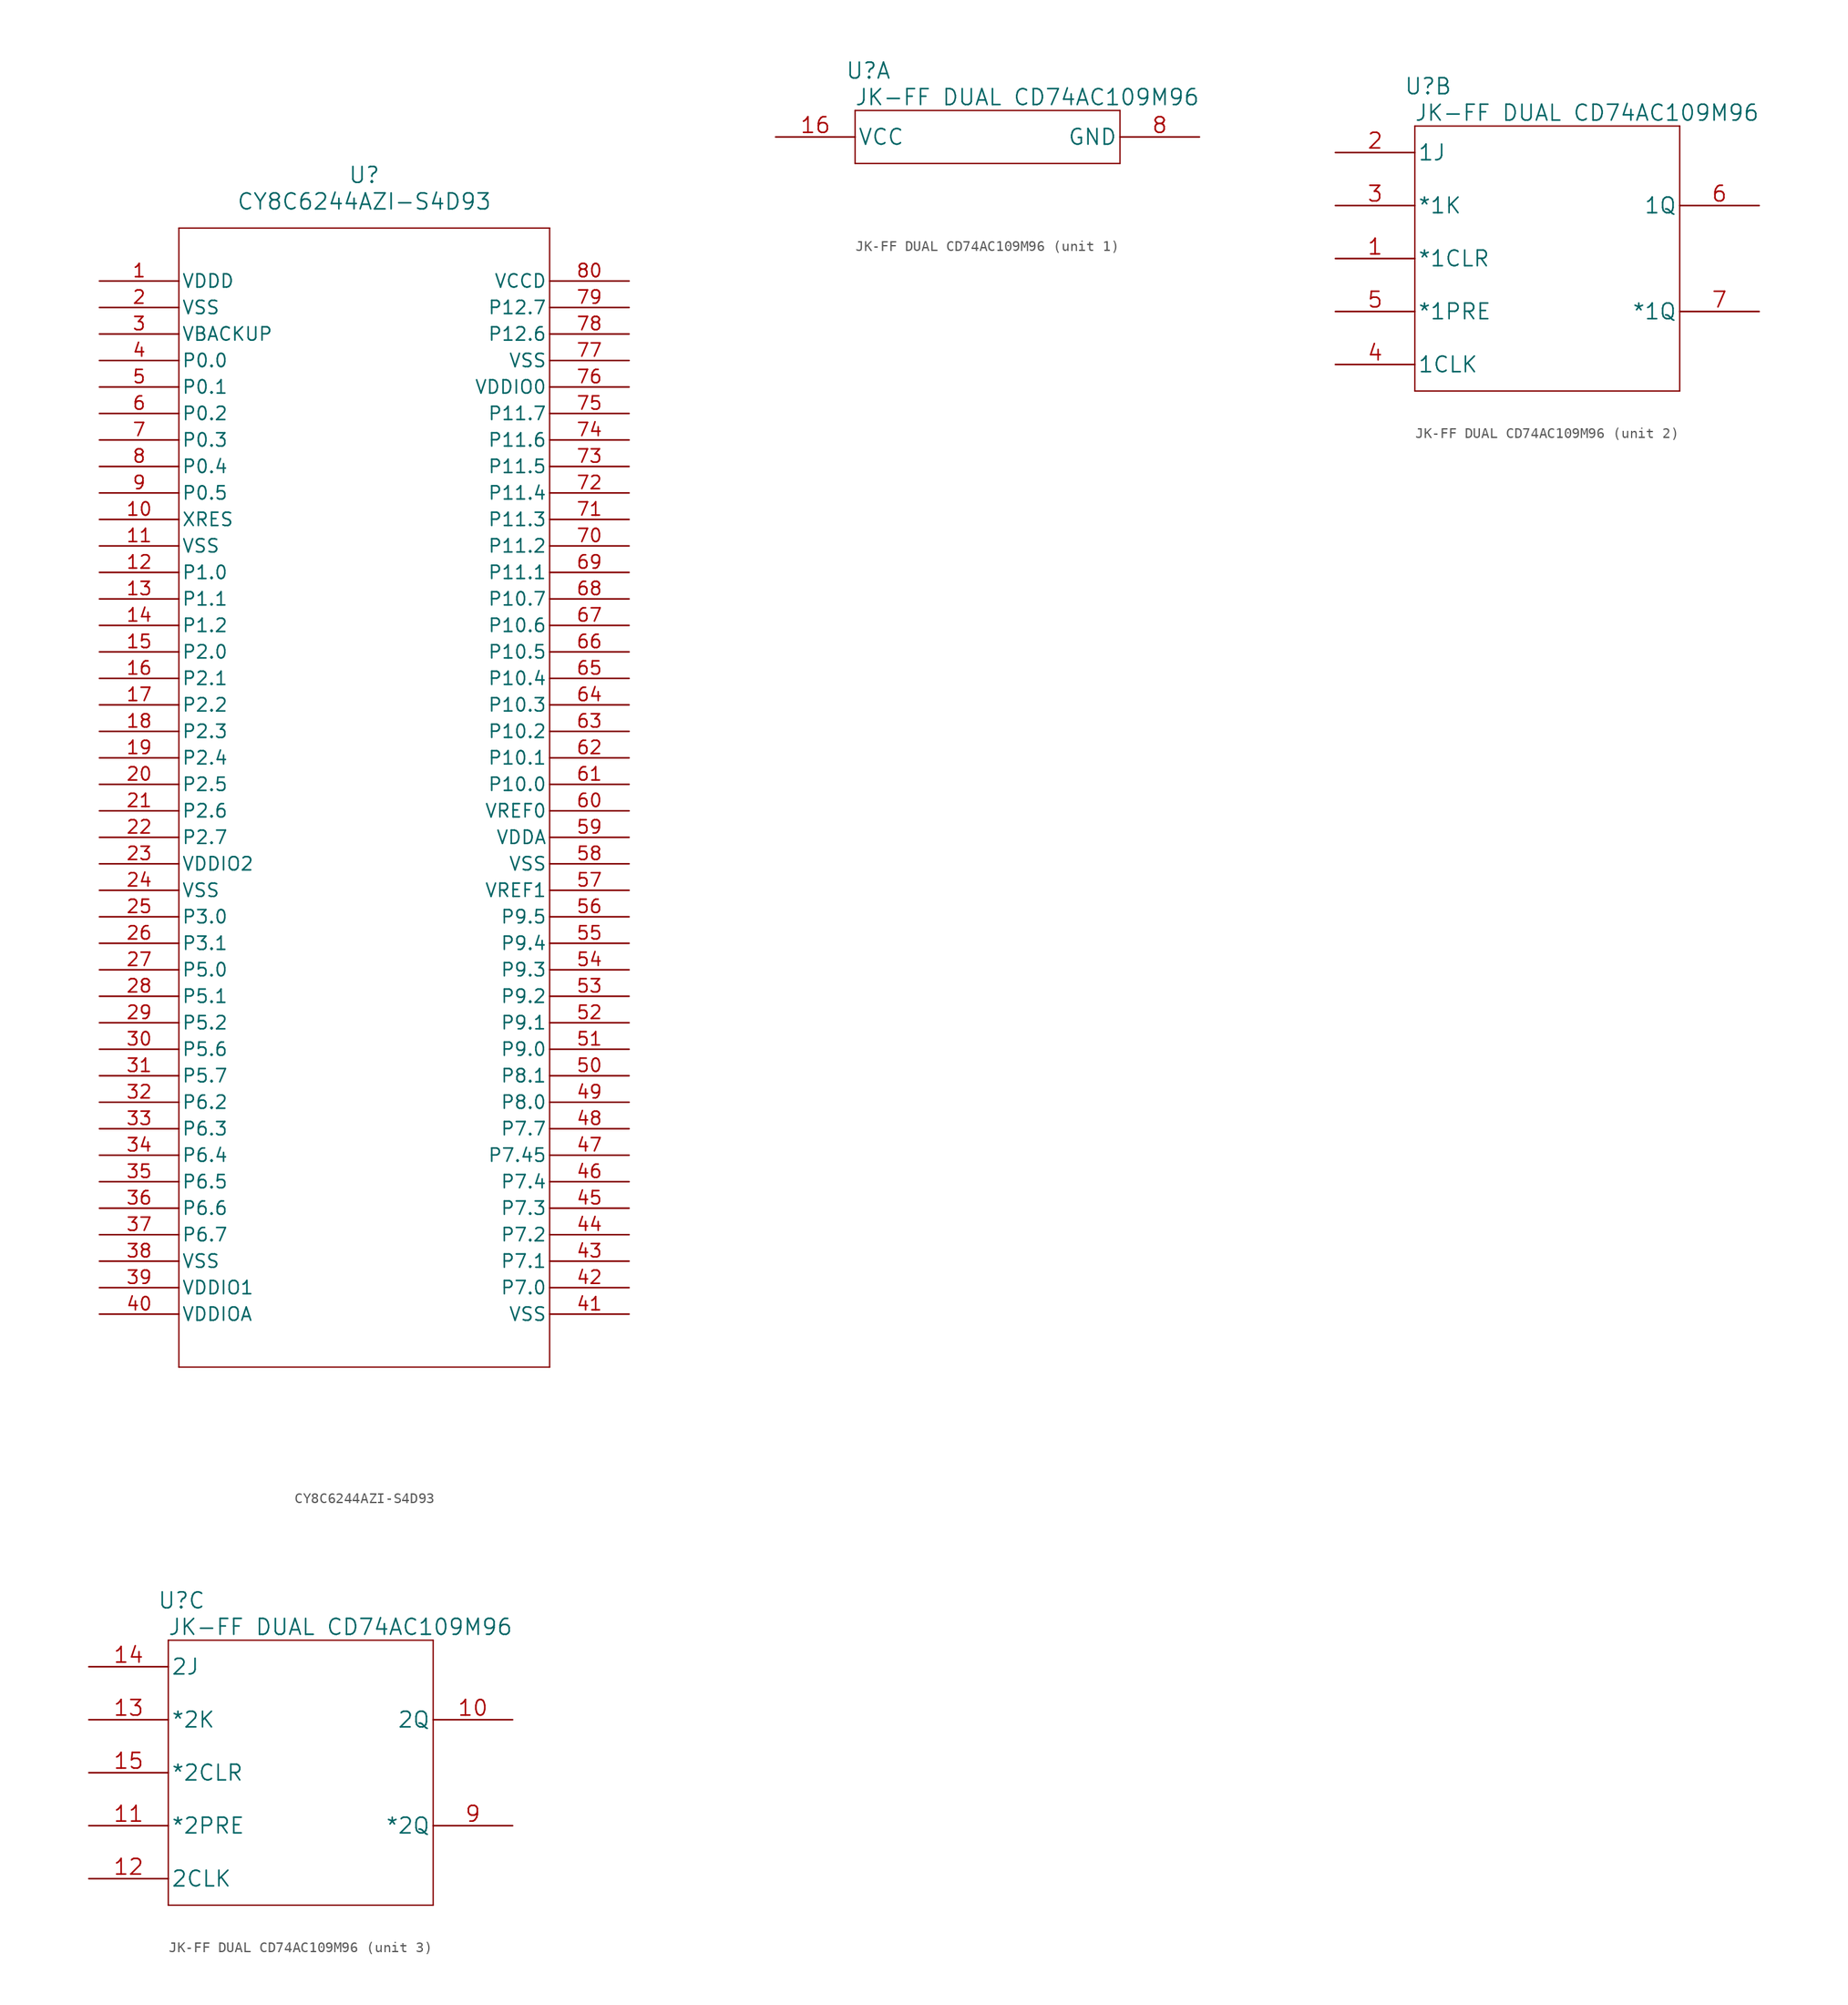
<source format=kicad_sym>
(kicad_symbol_lib
  (version 20220914)
  (generator kicad_symbol_editor)
  (symbol "CY8C6244AZI-S4D93"
    (pin_names
      (offset 0.254))
    (property "Reference" "U"
      (at 25.4 10.16 0)
      (effects (font (size 1.524 1.524))))
    (property "Value" "CY8C6244AZI-S4D93"
      (at 25.4 7.62 0)
      (effects (font (size 1.524 1.524))))
    (symbol "CY8C6244AZI-S4D93_0_1"
      (polyline (pts (xy 7.62 -104.14) (xy 43.18 -104.14)) (stroke (width 0.127) (type default)) (fill (type none)))
      (polyline (pts (xy 7.62 5.08) (xy 7.62 -104.14)) (stroke (width 0.127) (type default)) (fill (type none)))
      (polyline (pts (xy 43.18 -104.14) (xy 43.18 5.08)) (stroke (width 0.127) (type default)) (fill (type none)))
      (polyline (pts (xy 43.18 5.08) (xy 7.62 5.08)) (stroke (width 0.127) (type default)) (fill (type none)))
      (pin power_in line (at 0 0 0) (length 7.62) (name "VDDD" (effects (font (size 1.27 1.27)))) (number "1" (effects (font (size 1.27 1.27)))))
      (pin unspecified line (at 0 -22.86 0) (length 7.62) (name "XRES" (effects (font (size 1.27 1.27)))) (number "10" (effects (font (size 1.27 1.27)))))
      (pin power_out line (at 0 -25.4 0) (length 7.62) (name "VSS" (effects (font (size 1.27 1.27)))) (number "11" (effects (font (size 1.27 1.27)))))
      (pin bidirectional line (at 0 -27.94 0) (length 7.62) (name "P1.0" (effects (font (size 1.27 1.27)))) (number "12" (effects (font (size 1.27 1.27)))))
      (pin bidirectional line (at 0 -30.48 0) (length 7.62) (name "P1.1" (effects (font (size 1.27 1.27)))) (number "13" (effects (font (size 1.27 1.27)))))
      (pin bidirectional line (at 0 -33.02 0) (length 7.62) (name "P1.2" (effects (font (size 1.27 1.27)))) (number "14" (effects (font (size 1.27 1.27)))))
      (pin bidirectional line (at 0 -35.56 0) (length 7.62) (name "P2.0" (effects (font (size 1.27 1.27)))) (number "15" (effects (font (size 1.27 1.27)))))
      (pin bidirectional line (at 0 -38.1 0) (length 7.62) (name "P2.1" (effects (font (size 1.27 1.27)))) (number "16" (effects (font (size 1.27 1.27)))))
      (pin bidirectional line (at 0 -40.64 0) (length 7.62) (name "P2.2" (effects (font (size 1.27 1.27)))) (number "17" (effects (font (size 1.27 1.27)))))
      (pin bidirectional line (at 0 -43.18 0) (length 7.62) (name "P2.3" (effects (font (size 1.27 1.27)))) (number "18" (effects (font (size 1.27 1.27)))))
      (pin bidirectional line (at 0 -45.72 0) (length 7.62) (name "P2.4" (effects (font (size 1.27 1.27)))) (number "19" (effects (font (size 1.27 1.27)))))
      (pin power_out line (at 0 -2.54 0) (length 7.62) (name "VSS" (effects (font (size 1.27 1.27)))) (number "2" (effects (font (size 1.27 1.27)))))
      (pin bidirectional line (at 0 -48.26 0) (length 7.62) (name "P2.5" (effects (font (size 1.27 1.27)))) (number "20" (effects (font (size 1.27 1.27)))))
      (pin bidirectional line (at 0 -50.8 0) (length 7.62) (name "P2.6" (effects (font (size 1.27 1.27)))) (number "21" (effects (font (size 1.27 1.27)))))
      (pin bidirectional line (at 0 -53.34 0) (length 7.62) (name "P2.7" (effects (font (size 1.27 1.27)))) (number "22" (effects (font (size 1.27 1.27)))))
      (pin power_in line (at 0 -55.88 0) (length 7.62) (name "VDDIO2" (effects (font (size 1.27 1.27)))) (number "23" (effects (font (size 1.27 1.27)))))
      (pin power_out line (at 0 -58.42 0) (length 7.62) (name "VSS" (effects (font (size 1.27 1.27)))) (number "24" (effects (font (size 1.27 1.27)))))
      (pin bidirectional line (at 0 -60.96 0) (length 7.62) (name "P3.0" (effects (font (size 1.27 1.27)))) (number "25" (effects (font (size 1.27 1.27)))))
      (pin bidirectional line (at 0 -63.5 0) (length 7.62) (name "P3.1" (effects (font (size 1.27 1.27)))) (number "26" (effects (font (size 1.27 1.27)))))
      (pin bidirectional line (at 0 -66.04 0) (length 7.62) (name "P5.0" (effects (font (size 1.27 1.27)))) (number "27" (effects (font (size 1.27 1.27)))))
      (pin bidirectional line (at 0 -68.58 0) (length 7.62) (name "P5.1" (effects (font (size 1.27 1.27)))) (number "28" (effects (font (size 1.27 1.27)))))
      (pin bidirectional line (at 0 -71.12 0) (length 7.62) (name "P5.2" (effects (font (size 1.27 1.27)))) (number "29" (effects (font (size 1.27 1.27)))))
      (pin power_in line (at 0 -5.08 0) (length 7.62) (name "VBACKUP" (effects (font (size 1.27 1.27)))) (number "3" (effects (font (size 1.27 1.27)))))
      (pin bidirectional line (at 0 -73.66 0) (length 7.62) (name "P5.6" (effects (font (size 1.27 1.27)))) (number "30" (effects (font (size 1.27 1.27)))))
      (pin bidirectional line (at 0 -76.2 0) (length 7.62) (name "P5.7" (effects (font (size 1.27 1.27)))) (number "31" (effects (font (size 1.27 1.27)))))
      (pin bidirectional line (at 0 -78.74 0) (length 7.62) (name "P6.2" (effects (font (size 1.27 1.27)))) (number "32" (effects (font (size 1.27 1.27)))))
      (pin bidirectional line (at 0 -81.28 0) (length 7.62) (name "P6.3" (effects (font (size 1.27 1.27)))) (number "33" (effects (font (size 1.27 1.27)))))
      (pin bidirectional line (at 0 -83.82 0) (length 7.62) (name "P6.4" (effects (font (size 1.27 1.27)))) (number "34" (effects (font (size 1.27 1.27)))))
      (pin bidirectional line (at 0 -86.36 0) (length 7.62) (name "P6.5" (effects (font (size 1.27 1.27)))) (number "35" (effects (font (size 1.27 1.27)))))
      (pin bidirectional line (at 0 -88.9 0) (length 7.62) (name "P6.6" (effects (font (size 1.27 1.27)))) (number "36" (effects (font (size 1.27 1.27)))))
      (pin bidirectional line (at 0 -91.44 0) (length 7.62) (name "P6.7" (effects (font (size 1.27 1.27)))) (number "37" (effects (font (size 1.27 1.27)))))
      (pin power_out line (at 0 -93.98 0) (length 7.62) (name "VSS" (effects (font (size 1.27 1.27)))) (number "38" (effects (font (size 1.27 1.27)))))
      (pin power_in line (at 0 -96.52 0) (length 7.62) (name "VDDIO1" (effects (font (size 1.27 1.27)))) (number "39" (effects (font (size 1.27 1.27)))))
      (pin bidirectional line (at 0 -7.62 0) (length 7.62) (name "P0.0" (effects (font (size 1.27 1.27)))) (number "4" (effects (font (size 1.27 1.27)))))
      (pin power_in line (at 0 -99.06 0) (length 7.62) (name "VDDIOA" (effects (font (size 1.27 1.27)))) (number "40" (effects (font (size 1.27 1.27)))))
      (pin power_out line (at 50.8 -99.06 180) (length 7.62) (name "VSS" (effects (font (size 1.27 1.27)))) (number "41" (effects (font (size 1.27 1.27)))))
      (pin bidirectional line (at 50.8 -96.52 180) (length 7.62) (name "P7.0" (effects (font (size 1.27 1.27)))) (number "42" (effects (font (size 1.27 1.27)))))
      (pin bidirectional line (at 50.8 -93.98 180) (length 7.62) (name "P7.1" (effects (font (size 1.27 1.27)))) (number "43" (effects (font (size 1.27 1.27)))))
      (pin bidirectional line (at 50.8 -91.44 180) (length 7.62) (name "P7.2" (effects (font (size 1.27 1.27)))) (number "44" (effects (font (size 1.27 1.27)))))
      (pin bidirectional line (at 50.8 -88.9 180) (length 7.62) (name "P7.3" (effects (font (size 1.27 1.27)))) (number "45" (effects (font (size 1.27 1.27)))))
      (pin bidirectional line (at 50.8 -86.36 180) (length 7.62) (name "P7.4" (effects (font (size 1.27 1.27)))) (number "46" (effects (font (size 1.27 1.27)))))
      (pin bidirectional line (at 50.8 -83.82 180) (length 7.62) (name "P7.45" (effects (font (size 1.27 1.27)))) (number "47" (effects (font (size 1.27 1.27)))))
      (pin bidirectional line (at 50.8 -81.28 180) (length 7.62) (name "P7.7" (effects (font (size 1.27 1.27)))) (number "48" (effects (font (size 1.27 1.27)))))
      (pin bidirectional line (at 50.8 -78.74 180) (length 7.62) (name "P8.0" (effects (font (size 1.27 1.27)))) (number "49" (effects (font (size 1.27 1.27)))))
      (pin bidirectional line (at 0 -10.16 0) (length 7.62) (name "P0.1" (effects (font (size 1.27 1.27)))) (number "5" (effects (font (size 1.27 1.27)))))
      (pin bidirectional line (at 50.8 -76.2 180) (length 7.62) (name "P8.1" (effects (font (size 1.27 1.27)))) (number "50" (effects (font (size 1.27 1.27)))))
      (pin bidirectional line (at 50.8 -73.66 180) (length 7.62) (name "P9.0" (effects (font (size 1.27 1.27)))) (number "51" (effects (font (size 1.27 1.27)))))
      (pin bidirectional line (at 50.8 -71.12 180) (length 7.62) (name "P9.1" (effects (font (size 1.27 1.27)))) (number "52" (effects (font (size 1.27 1.27)))))
      (pin bidirectional line (at 50.8 -68.58 180) (length 7.62) (name "P9.2" (effects (font (size 1.27 1.27)))) (number "53" (effects (font (size 1.27 1.27)))))
      (pin bidirectional line (at 50.8 -66.04 180) (length 7.62) (name "P9.3" (effects (font (size 1.27 1.27)))) (number "54" (effects (font (size 1.27 1.27)))))
      (pin bidirectional line (at 50.8 -63.5 180) (length 7.62) (name "P9.4" (effects (font (size 1.27 1.27)))) (number "55" (effects (font (size 1.27 1.27)))))
      (pin bidirectional line (at 50.8 -60.96 180) (length 7.62) (name "P9.5" (effects (font (size 1.27 1.27)))) (number "56" (effects (font (size 1.27 1.27)))))
      (pin power_in line (at 50.8 -58.42 180) (length 7.62) (name "VREF1" (effects (font (size 1.27 1.27)))) (number "57" (effects (font (size 1.27 1.27)))))
      (pin power_out line (at 50.8 -55.88 180) (length 7.62) (name "VSS" (effects (font (size 1.27 1.27)))) (number "58" (effects (font (size 1.27 1.27)))))
      (pin power_in line (at 50.8 -53.34 180) (length 7.62) (name "VDDA" (effects (font (size 1.27 1.27)))) (number "59" (effects (font (size 1.27 1.27)))))
      (pin bidirectional line (at 0 -12.7 0) (length 7.62) (name "P0.2" (effects (font (size 1.27 1.27)))) (number "6" (effects (font (size 1.27 1.27)))))
      (pin power_in line (at 50.8 -50.8 180) (length 7.62) (name "VREF0" (effects (font (size 1.27 1.27)))) (number "60" (effects (font (size 1.27 1.27)))))
      (pin bidirectional line (at 50.8 -48.26 180) (length 7.62) (name "P10.0" (effects (font (size 1.27 1.27)))) (number "61" (effects (font (size 1.27 1.27)))))
      (pin bidirectional line (at 50.8 -45.72 180) (length 7.62) (name "P10.1" (effects (font (size 1.27 1.27)))) (number "62" (effects (font (size 1.27 1.27)))))
      (pin bidirectional line (at 50.8 -43.18 180) (length 7.62) (name "P10.2" (effects (font (size 1.27 1.27)))) (number "63" (effects (font (size 1.27 1.27)))))
      (pin bidirectional line (at 50.8 -40.64 180) (length 7.62) (name "P10.3" (effects (font (size 1.27 1.27)))) (number "64" (effects (font (size 1.27 1.27)))))
      (pin bidirectional line (at 50.8 -38.1 180) (length 7.62) (name "P10.4" (effects (font (size 1.27 1.27)))) (number "65" (effects (font (size 1.27 1.27)))))
      (pin bidirectional line (at 50.8 -35.56 180) (length 7.62) (name "P10.5" (effects (font (size 1.27 1.27)))) (number "66" (effects (font (size 1.27 1.27)))))
      (pin bidirectional line (at 50.8 -33.02 180) (length 7.62) (name "P10.6" (effects (font (size 1.27 1.27)))) (number "67" (effects (font (size 1.27 1.27)))))
      (pin bidirectional line (at 50.8 -30.48 180) (length 7.62) (name "P10.7" (effects (font (size 1.27 1.27)))) (number "68" (effects (font (size 1.27 1.27)))))
      (pin bidirectional line (at 50.8 -27.94 180) (length 7.62) (name "P11.1" (effects (font (size 1.27 1.27)))) (number "69" (effects (font (size 1.27 1.27)))))
      (pin bidirectional line (at 0 -15.24 0) (length 7.62) (name "P0.3" (effects (font (size 1.27 1.27)))) (number "7" (effects (font (size 1.27 1.27)))))
      (pin bidirectional line (at 50.8 -25.4 180) (length 7.62) (name "P11.2" (effects (font (size 1.27 1.27)))) (number "70" (effects (font (size 1.27 1.27)))))
      (pin bidirectional line (at 50.8 -22.86 180) (length 7.62) (name "P11.3" (effects (font (size 1.27 1.27)))) (number "71" (effects (font (size 1.27 1.27)))))
      (pin bidirectional line (at 50.8 -20.32 180) (length 7.62) (name "P11.4" (effects (font (size 1.27 1.27)))) (number "72" (effects (font (size 1.27 1.27)))))
      (pin bidirectional line (at 50.8 -17.78 180) (length 7.62) (name "P11.5" (effects (font (size 1.27 1.27)))) (number "73" (effects (font (size 1.27 1.27)))))
      (pin bidirectional line (at 50.8 -15.24 180) (length 7.62) (name "P11.6" (effects (font (size 1.27 1.27)))) (number "74" (effects (font (size 1.27 1.27)))))
      (pin bidirectional line (at 50.8 -12.7 180) (length 7.62) (name "P11.7" (effects (font (size 1.27 1.27)))) (number "75" (effects (font (size 1.27 1.27)))))
      (pin power_in line (at 50.8 -10.16 180) (length 7.62) (name "VDDIO0" (effects (font (size 1.27 1.27)))) (number "76" (effects (font (size 1.27 1.27)))))
      (pin power_out line (at 50.8 -7.62 180) (length 7.62) (name "VSS" (effects (font (size 1.27 1.27)))) (number "77" (effects (font (size 1.27 1.27)))))
      (pin bidirectional line (at 50.8 -5.08 180) (length 7.62) (name "P12.6" (effects (font (size 1.27 1.27)))) (number "78" (effects (font (size 1.27 1.27)))))
      (pin bidirectional line (at 50.8 -2.54 180) (length 7.62) (name "P12.7" (effects (font (size 1.27 1.27)))) (number "79" (effects (font (size 1.27 1.27)))))
      (pin bidirectional line (at 0 -17.78 0) (length 7.62) (name "P0.4" (effects (font (size 1.27 1.27)))) (number "8" (effects (font (size 1.27 1.27)))))
      (pin power_in line (at 50.8 0 180) (length 7.62) (name "VCCD" (effects (font (size 1.27 1.27)))) (number "80" (effects (font (size 1.27 1.27)))))
      (pin bidirectional line (at 0 -20.32 0) (length 7.62) (name "P0.5" (effects (font (size 1.27 1.27)))) (number "9" (effects (font (size 1.27 1.27)))))))
  (symbol "JK-FF DUAL CD74AC109M96"
    (pin_names
      (offset 0.254))
    (property "Reference" "U"
      (at 8.89 6.35 0)
      (effects (font (size 1.524 1.524))))
    (property "Value" "JK-FF DUAL CD74AC109M96"
      (at 24.13 3.81 0)
      (effects (font (size 1.524 1.524))))
    (property "Datasheet" ""
      (at 0 -7.62 0)
      (effects (font (size 1.524 1.524))))
    (property "ki_locked" ""
      (at 0 0 0)
      (effects (font (size 1.27 1.27))))
    (symbol "JK-FF DUAL CD74AC109M96_1_1"
      (polyline (pts (xy 7.62 -2.54) (xy 33.02 -2.54)) (stroke (width 0.127) (type solid)) (fill (type none)))
      (polyline (pts (xy 7.62 2.54) (xy 7.62 -2.54)) (stroke (width 0.127) (type solid)) (fill (type none)))
      (polyline (pts (xy 33.02 -2.54) (xy 33.02 2.54)) (stroke (width 0.127) (type solid)) (fill (type none)))
      (polyline (pts (xy 33.02 2.54) (xy 7.62 2.54)) (stroke (width 0.127) (type solid)) (fill (type none)))
      (pin power_in line (at 0 0 0) (length 7.62) (name "VCC" (effects (font (size 1.499 1.499)))) (number "16" (effects (font (size 1.499 1.499)))))
      (pin power_in line (at 40.64 0 180) (length 7.62) (name "GND" (effects (font (size 1.499 1.499)))) (number "8" (effects (font (size 1.499 1.499))))))
    (symbol "JK-FF DUAL CD74AC109M96_2_1"
      (polyline (pts (xy 7.62 -22.86) (xy 33.02 -22.86)) (stroke (width 0.127) (type solid)) (fill (type none)))
      (polyline (pts (xy 7.62 2.54) (xy 7.62 -22.86)) (stroke (width 0.127) (type solid)) (fill (type none)))
      (polyline (pts (xy 33.02 -22.86) (xy 33.02 2.54)) (stroke (width 0.127) (type solid)) (fill (type none)))
      (polyline (pts (xy 33.02 2.54) (xy 7.62 2.54)) (stroke (width 0.127) (type solid)) (fill (type none)))
      (pin input line (at 0 -10.16 0) (length 7.62) (name "*1CLR" (effects (font (size 1.499 1.499)))) (number "1" (effects (font (size 1.499 1.499)))))
      (pin input line (at 0 0 0) (length 7.62) (name "1J" (effects (font (size 1.499 1.499)))) (number "2" (effects (font (size 1.499 1.499)))))
      (pin input line (at 0 -5.08 0) (length 7.62) (name "*1K" (effects (font (size 1.499 1.499)))) (number "3" (effects (font (size 1.499 1.499)))))
      (pin input line (at 0 -20.32 0) (length 7.62) (name "1CLK" (effects (font (size 1.499 1.499)))) (number "4" (effects (font (size 1.499 1.499)))))
      (pin input line (at 0 -15.24 0) (length 7.62) (name "*1PRE" (effects (font (size 1.499 1.499)))) (number "5" (effects (font (size 1.499 1.499)))))
      (pin output line (at 40.64 -5.08 180) (length 7.62) (name "1Q" (effects (font (size 1.499 1.499)))) (number "6" (effects (font (size 1.499 1.499)))))
      (pin output line (at 40.64 -15.24 180) (length 7.62) (name "*1Q" (effects (font (size 1.499 1.499)))) (number "7" (effects (font (size 1.499 1.499))))))
    (symbol "JK-FF DUAL CD74AC109M96_3_1"
      (polyline (pts (xy 7.62 -22.86) (xy 33.02 -22.86)) (stroke (width 0.127) (type solid)) (fill (type none)))
      (polyline (pts (xy 7.62 2.54) (xy 7.62 -22.86)) (stroke (width 0.127) (type solid)) (fill (type none)))
      (polyline (pts (xy 33.02 -22.86) (xy 33.02 2.54)) (stroke (width 0.127) (type solid)) (fill (type none)))
      (polyline (pts (xy 33.02 2.54) (xy 7.62 2.54)) (stroke (width 0.127) (type solid)) (fill (type none)))
      (pin output line (at 40.64 -5.08 180) (length 7.62) (name "2Q" (effects (font (size 1.499 1.499)))) (number "10" (effects (font (size 1.499 1.499)))))
      (pin input line (at 0 -15.24 0) (length 7.62) (name "*2PRE" (effects (font (size 1.499 1.499)))) (number "11" (effects (font (size 1.499 1.499)))))
      (pin input line (at 0 -20.32 0) (length 7.62) (name "2CLK" (effects (font (size 1.499 1.499)))) (number "12" (effects (font (size 1.499 1.499)))))
      (pin input line (at 0 -5.08 0) (length 7.62) (name "*2K" (effects (font (size 1.499 1.499)))) (number "13" (effects (font (size 1.499 1.499)))))
      (pin input line (at 0 0 0) (length 7.62) (name "2J" (effects (font (size 1.499 1.499)))) (number "14" (effects (font (size 1.499 1.499)))))
      (pin input line (at 0 -10.16 0) (length 7.62) (name "*2CLR" (effects (font (size 1.499 1.499)))) (number "15" (effects (font (size 1.499 1.499)))))
      (pin output line (at 40.64 -15.24 180) (length 7.62) (name "*2Q" (effects (font (size 1.499 1.499)))) (number "9" (effects (font (size 1.499 1.499))))))))
</source>
